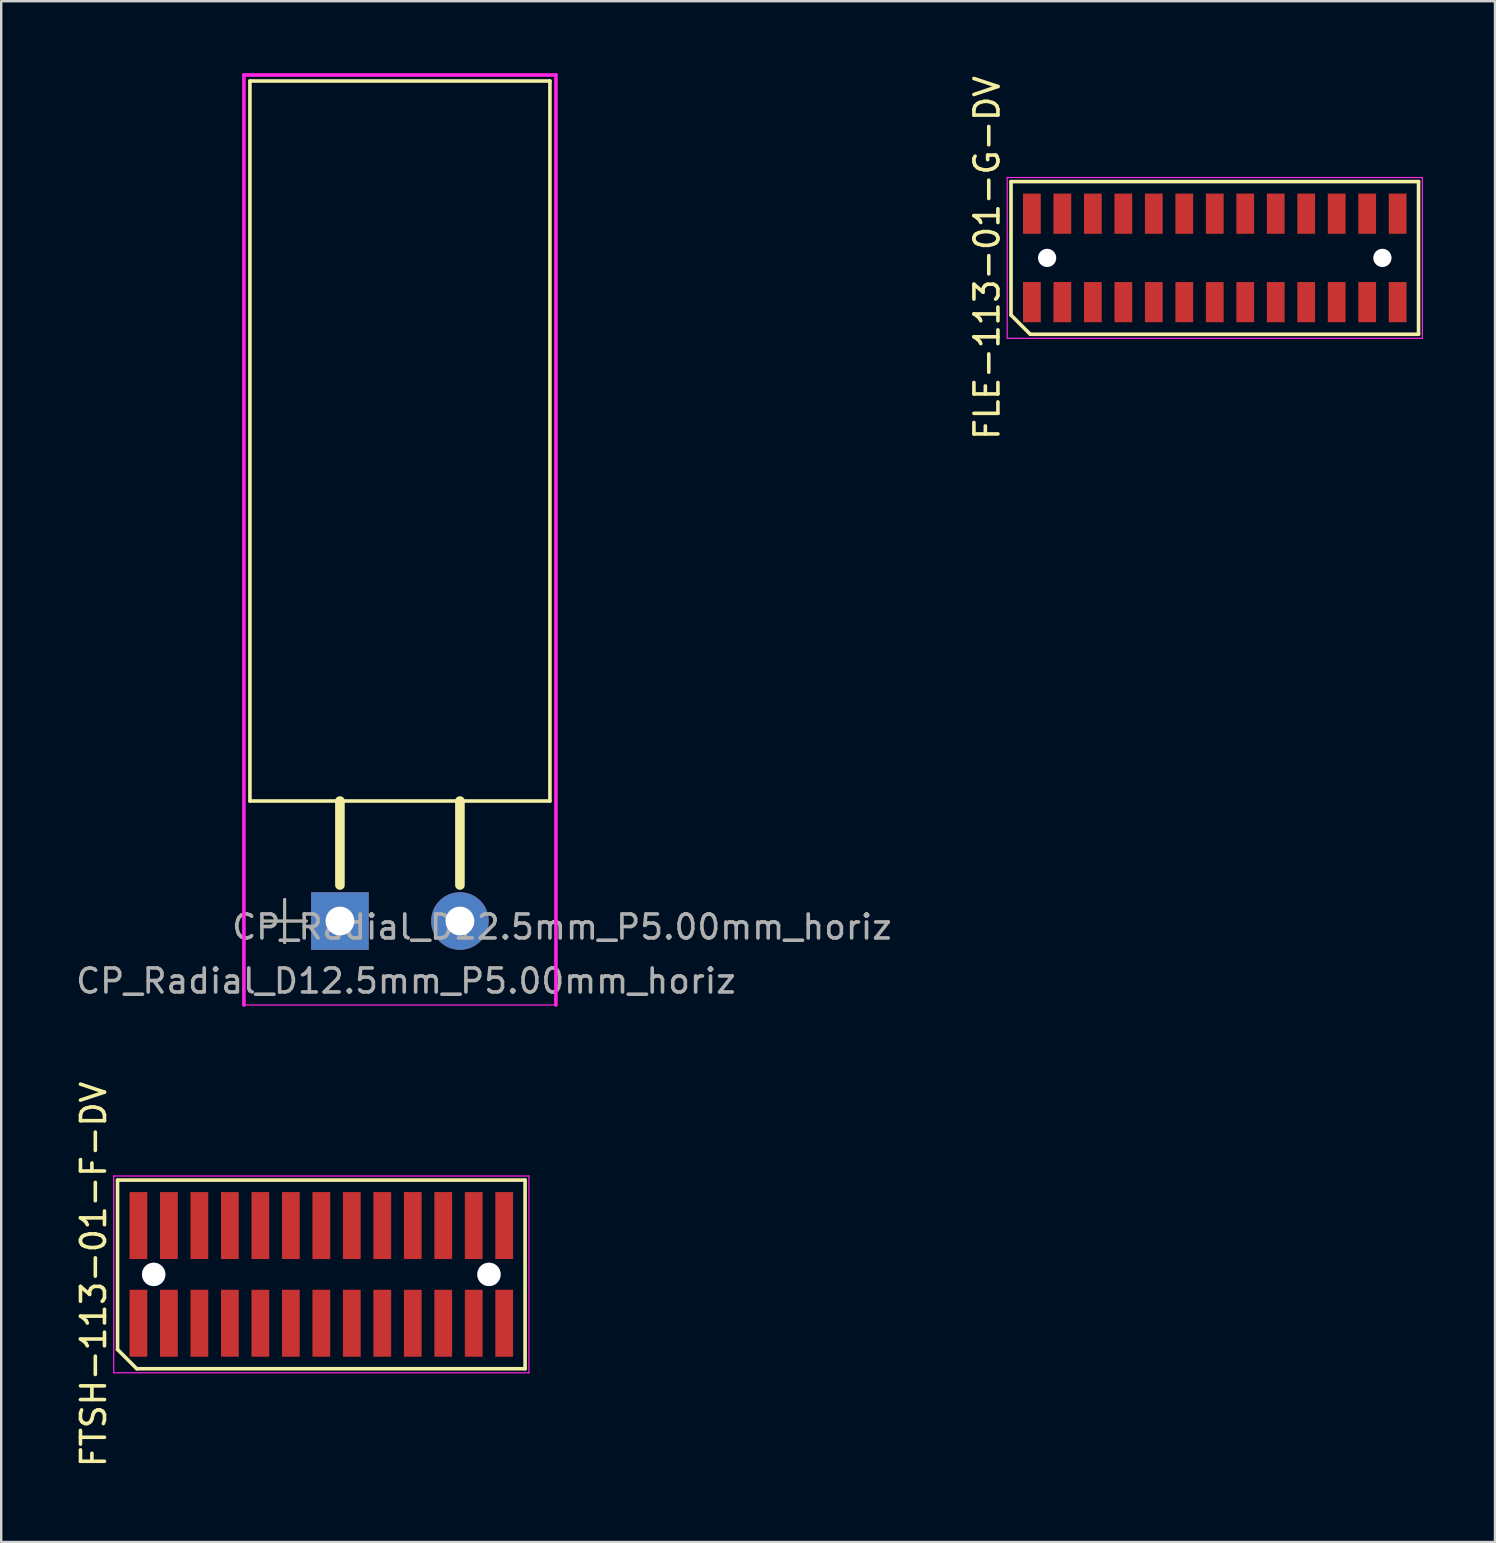
<source format=kicad_pcb>
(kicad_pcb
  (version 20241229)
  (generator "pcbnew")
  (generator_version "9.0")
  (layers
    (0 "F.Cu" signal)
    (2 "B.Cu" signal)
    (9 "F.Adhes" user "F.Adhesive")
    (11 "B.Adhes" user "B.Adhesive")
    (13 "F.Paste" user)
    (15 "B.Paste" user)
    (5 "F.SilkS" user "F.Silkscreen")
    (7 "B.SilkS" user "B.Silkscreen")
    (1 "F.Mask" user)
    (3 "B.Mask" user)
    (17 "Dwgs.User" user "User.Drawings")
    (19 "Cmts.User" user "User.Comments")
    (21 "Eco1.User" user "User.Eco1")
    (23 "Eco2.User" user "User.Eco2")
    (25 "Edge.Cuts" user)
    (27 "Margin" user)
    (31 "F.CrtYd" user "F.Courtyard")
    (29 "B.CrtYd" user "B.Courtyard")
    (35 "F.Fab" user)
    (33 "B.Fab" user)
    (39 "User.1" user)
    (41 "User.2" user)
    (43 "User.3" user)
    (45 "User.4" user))
  (footprint "FLE-113-01-G-DV"
    (layer "F.Cu")
    (at 47.564 7.696)
    (property "Reference" "FLE-113-01-G-DV" (at -9.49 0 90) (layer "F.SilkS") (effects (font (size 1 1) (thickness 0.15))))
    (attr smd)
    (fp_line (start -8.49 -3.18) (end 8.49 -3.18) (stroke (width 0.15) (type solid)) (layer "F.SilkS"))
    (fp_line (start -8.49 2.38) (end -8.49 -3.18) (stroke (width 0.15) (type solid)) (layer "F.SilkS"))
    (fp_line (start -7.69 3.18) (end -8.49 2.38) (stroke (width 0.15) (type solid)) (layer "F.SilkS"))
    (fp_line (start 8.49 -3.18) (end 8.49 3.18) (stroke (width 0.15) (type solid)) (layer "F.SilkS"))
    (fp_line (start 8.49 3.18) (end -7.69 3.18) (stroke (width 0.15) (type solid)) (layer "F.SilkS"))
    (fp_line (start -8.65 -3.35) (end 8.65 -3.35) (stroke (width 0.05) (type solid)) (layer "F.CrtYd"))
    (fp_line (start -8.65 3.35) (end -8.65 -3.35) (stroke (width 0.05) (type solid)) (layer "F.CrtYd"))
    (fp_line (start 8.65 -3.35) (end 8.65 3.35) (stroke (width 0.05) (type solid)) (layer "F.CrtYd"))
    (fp_line (start 8.65 3.35) (end -8.65 3.35) (stroke (width 0.05) (type solid)) (layer "F.CrtYd"))
    (pad "" np_thru_hole circle (at -6.985 0) (size 0.76 0.76) (drill 0.76) (layers "*.Cu" "*.Mask"))
    (pad "" np_thru_hole circle (at 6.985 0) (size 0.76 0.76) (drill 0.76) (layers "*.Cu" "*.Mask"))
    (pad "1" smd rect (at -7.62 1.843) (size 0.74 1.675) (layers "F.Cu" "F.Mask" "F.Paste"))
    (pad "2" smd rect (at -6.35 1.843) (size 0.74 1.675) (layers "F.Cu" "F.Mask" "F.Paste"))
    (pad "3" smd rect (at -5.08 1.843) (size 0.74 1.675) (layers "F.Cu" "F.Mask" "F.Paste"))
    (pad "4" smd rect (at -3.81 1.843) (size 0.74 1.675) (layers "F.Cu" "F.Mask" "F.Paste"))
    (pad "5" smd rect (at -2.54 1.843) (size 0.74 1.675) (layers "F.Cu" "F.Mask" "F.Paste"))
    (pad "6" smd rect (at -1.27 1.843) (size 0.74 1.675) (layers "F.Cu" "F.Mask" "F.Paste"))
    (pad "7" smd rect (at 0 1.843) (size 0.74 1.675) (layers "F.Cu" "F.Mask" "F.Paste"))
    (pad "8" smd rect (at 1.27 1.843) (size 0.74 1.675) (layers "F.Cu" "F.Mask" "F.Paste"))
    (pad "9" smd rect (at 2.54 1.843) (size 0.74 1.675) (layers "F.Cu" "F.Mask" "F.Paste"))
    (pad "10" smd rect (at 3.81 1.843) (size 0.74 1.675) (layers "F.Cu" "F.Mask" "F.Paste"))
    (pad "11" smd rect (at 5.08 1.843) (size 0.74 1.675) (layers "F.Cu" "F.Mask" "F.Paste"))
    (pad "12" smd rect (at 6.35 1.843) (size 0.74 1.675) (layers "F.Cu" "F.Mask" "F.Paste"))
    (pad "13" smd rect (at 7.62 1.843) (size 0.74 1.675) (layers "F.Cu" "F.Mask" "F.Paste"))
    (pad "14" smd rect (at 7.62 -1.843) (size 0.74 1.675) (layers "F.Cu" "F.Mask" "F.Paste"))
    (pad "15" smd rect (at 6.35 -1.843) (size 0.74 1.675) (layers "F.Cu" "F.Mask" "F.Paste"))
    (pad "16" smd rect (at 5.08 -1.843) (size 0.74 1.675) (layers "F.Cu" "F.Mask" "F.Paste"))
    (pad "17" smd rect (at 3.81 -1.843) (size 0.74 1.675) (layers "F.Cu" "F.Mask" "F.Paste"))
    (pad "18" smd rect (at 2.54 -1.843) (size 0.74 1.675) (layers "F.Cu" "F.Mask" "F.Paste"))
    (pad "19" smd rect (at 1.27 -1.843) (size 0.74 1.675) (layers "F.Cu" "F.Mask" "F.Paste"))
    (pad "20" smd rect (at 0 -1.843) (size 0.74 1.675) (layers "F.Cu" "F.Mask" "F.Paste"))
    (pad "21" smd rect (at -1.27 -1.843) (size 0.74 1.675) (layers "F.Cu" "F.Mask" "F.Paste"))
    (pad "22" smd rect (at -2.54 -1.843) (size 0.74 1.675) (layers "F.Cu" "F.Mask" "F.Paste"))
    (pad "23" smd rect (at -3.81 -1.843) (size 0.74 1.675) (layers "F.Cu" "F.Mask" "F.Paste"))
    (pad "24" smd rect (at -5.08 -1.843) (size 0.74 1.675) (layers "F.Cu" "F.Mask" "F.Paste"))
    (pad "25" smd rect (at -6.35 -1.843) (size 0.74 1.675) (layers "F.Cu" "F.Mask" "F.Paste"))
    (pad "26" smd rect (at -7.62 -1.843) (size 0.74 1.675) (layers "F.Cu" "F.Mask" "F.Paste")))
  (footprint "FTSH-113-01-F-DV"
    (layer "F.Cu")
    (at 10.338 50.049)
    (property "Reference" "FTSH-113-01-F-DV" (at -9.49 0 90) (layer "F.SilkS") (effects (font (size 1 1) (thickness 0.15))))
    (attr smd)
    (fp_line (start -8.49 -3.93) (end 8.49 -3.93) (stroke (width 0.15) (type solid)) (layer "F.SilkS"))
    (fp_line (start -8.49 3.13) (end -8.49 -3.93) (stroke (width 0.15) (type solid)) (layer "F.SilkS"))
    (fp_line (start -7.69 3.93) (end -8.49 3.13) (stroke (width 0.15) (type solid)) (layer "F.SilkS"))
    (fp_line (start 8.49 -3.93) (end 8.49 3.93) (stroke (width 0.15) (type solid)) (layer "F.SilkS"))
    (fp_line (start 8.49 3.93) (end -7.69 3.93) (stroke (width 0.15) (type solid)) (layer "F.SilkS"))
    (fp_line (start -8.65 -4.1) (end 8.65 -4.1) (stroke (width 0.05) (type solid)) (layer "F.CrtYd"))
    (fp_line (start -8.65 4.1) (end -8.65 -4.1) (stroke (width 0.05) (type solid)) (layer "F.CrtYd"))
    (fp_line (start 8.65 -4.1) (end 8.65 4.1) (stroke (width 0.05) (type solid)) (layer "F.CrtYd"))
    (fp_line (start 8.65 4.1) (end -8.65 4.1) (stroke (width 0.05) (type solid)) (layer "F.CrtYd"))
    (pad "" np_thru_hole circle (at -6.985 0) (size 0.98 0.98) (drill 0.97) (layers "*.Cu" "*.Mask"))
    (pad "" np_thru_hole circle (at 6.985 0) (size 0.98 0.98) (drill 0.97) (layers "*.Cu" "*.Mask"))
    (pad "1" smd rect (at -7.62 2.035) (size 0.74 2.79) (layers "F.Cu" "F.Mask" "F.Paste"))
    (pad "2" smd rect (at -6.35 2.035) (size 0.74 2.79) (layers "F.Cu" "F.Mask" "F.Paste"))
    (pad "3" smd rect (at -5.08 2.035) (size 0.74 2.79) (layers "F.Cu" "F.Mask" "F.Paste"))
    (pad "4" smd rect (at -3.81 2.035) (size 0.74 2.79) (layers "F.Cu" "F.Mask" "F.Paste"))
    (pad "5" smd rect (at -2.54 2.035) (size 0.74 2.79) (layers "F.Cu" "F.Mask" "F.Paste"))
    (pad "6" smd rect (at -1.27 2.035) (size 0.74 2.79) (layers "F.Cu" "F.Mask" "F.Paste"))
    (pad "7" smd rect (at 0 2.035) (size 0.74 2.79) (layers "F.Cu" "F.Mask" "F.Paste"))
    (pad "8" smd rect (at 1.27 2.035) (size 0.74 2.79) (layers "F.Cu" "F.Mask" "F.Paste"))
    (pad "9" smd rect (at 2.54 2.035) (size 0.74 2.79) (layers "F.Cu" "F.Mask" "F.Paste"))
    (pad "10" smd rect (at 3.81 2.035) (size 0.74 2.79) (layers "F.Cu" "F.Mask" "F.Paste"))
    (pad "11" smd rect (at 5.08 2.035) (size 0.74 2.79) (layers "F.Cu" "F.Mask" "F.Paste"))
    (pad "12" smd rect (at 6.35 2.035) (size 0.74 2.79) (layers "F.Cu" "F.Mask" "F.Paste"))
    (pad "13" smd rect (at 7.62 2.035) (size 0.74 2.79) (layers "F.Cu" "F.Mask" "F.Paste"))
    (pad "14" smd rect (at 7.62 -2.035) (size 0.74 2.79) (layers "F.Cu" "F.Mask" "F.Paste"))
    (pad "15" smd rect (at 6.35 -2.035) (size 0.74 2.79) (layers "F.Cu" "F.Mask" "F.Paste"))
    (pad "16" smd rect (at 5.08 -2.035) (size 0.74 2.79) (layers "F.Cu" "F.Mask" "F.Paste"))
    (pad "17" smd rect (at 3.81 -2.035) (size 0.74 2.79) (layers "F.Cu" "F.Mask" "F.Paste"))
    (pad "18" smd rect (at 2.54 -2.035) (size 0.74 2.79) (layers "F.Cu" "F.Mask" "F.Paste"))
    (pad "19" smd rect (at 1.27 -2.035) (size 0.74 2.79) (layers "F.Cu" "F.Mask" "F.Paste"))
    (pad "20" smd rect (at 0 -2.035) (size 0.74 2.79) (layers "F.Cu" "F.Mask" "F.Paste"))
    (pad "21" smd rect (at -1.27 -2.035) (size 0.74 2.79) (layers "F.Cu" "F.Mask" "F.Paste"))
    (pad "22" smd rect (at -2.54 -2.035) (size 0.74 2.79) (layers "F.Cu" "F.Mask" "F.Paste"))
    (pad "23" smd rect (at -3.81 -2.035) (size 0.74 2.79) (layers "F.Cu" "F.Mask" "F.Paste"))
    (pad "24" smd rect (at -5.08 -2.035) (size 0.74 2.79) (layers "F.Cu" "F.Mask" "F.Paste"))
    (pad "25" smd rect (at -6.35 -2.035) (size 0.74 2.79) (layers "F.Cu" "F.Mask" "F.Paste"))
    (pad "26" smd rect (at -7.62 -2.035) (size 0.74 2.79) (layers "F.Cu" "F.Mask" "F.Paste")))
  (footprint "CP_Radial_D12.5mm_P5.00mm_horiz"
    (layer "F.Cu")
    (at 11.113 35.325)
    (property "Reference" "CP_Radial_D12.5mm_P5.00mm_horiz" (at 9.25 0.25 0) (layer "F.Fab") (effects (font (size 1 1) (thickness 0.15))))
    (attr through_hole)
    (fp_line (start -3.75 -35) (end 8.75 -35) (stroke (width 0.15) (type solid)) (layer "F.SilkS"))
    (fp_line (start -3.75 -5) (end -3.75 -35) (stroke (width 0.15) (type solid)) (layer "F.SilkS"))
    (fp_line (start -3.75 -5) (end 8.75 -5) (stroke (width 0.15) (type solid)) (layer "F.SilkS"))
    (fp_line (start -3.2 0) (end -1.4 0) (stroke (width 0.12) (type solid)) (layer "F.SilkS"))
    (fp_line (start -2.3 -0.9) (end -2.3 0.9) (stroke (width 0.12) (type solid)) (layer "F.SilkS"))
    (fp_line (start 0 -1.5) (end 0 -5) (stroke (width 0.4) (type solid)) (layer "F.SilkS"))
    (fp_line (start 5 -1.5) (end 5 -5) (stroke (width 0.4) (type solid)) (layer "F.SilkS"))
    (fp_line (start 8.75 -35) (end 8.75 -5) (stroke (width 0.15) (type solid)) (layer "F.SilkS"))
    (fp_line (start -4 -35.25) (end -4 3.5) (stroke (width 0.15) (type solid)) (layer "F.CrtYd"))
    (fp_line (start 8.95 3.5) (end -4 3.5) (stroke (width 0.05) (type solid)) (layer "F.CrtYd"))
    (fp_line (start 9 -35.25) (end -4 -35.25) (stroke (width 0.15) (type solid)) (layer "F.CrtYd"))
    (fp_line (start 9 3.5) (end 9 -35.25) (stroke (width 0.15) (type solid)) (layer "F.CrtYd"))
    (fp_line (start -3.2 0) (end -1.4 0) (stroke (width 0.1) (type solid)) (layer "F.Fab"))
    (fp_line (start -2.3 -0.9) (end -2.3 0.9) (stroke (width 0.1) (type solid)) (layer "F.Fab"))
    (fp_text user "${REFERENCE}" (at 2.75 2.5 0) (layer "F.Fab") (effects (font (size 1 1) (thickness 0.15))))
    (pad "1" thru_hole rect (at 0 0) (size 2.4 2.4) (drill 1.2) (layers "*.Cu" "*.Mask"))
    (pad "2" thru_hole circle (at 5 0) (size 2.4 2.4) (drill 1.2) (layers "*.Cu" "*.Mask")))
  (gr_rect
    (start -3 -3)
    (end 59.239 61.198)
    (stroke (width 0.1) (type default))
    (fill no)
    (layer "Edge.Cuts")))
</source>
